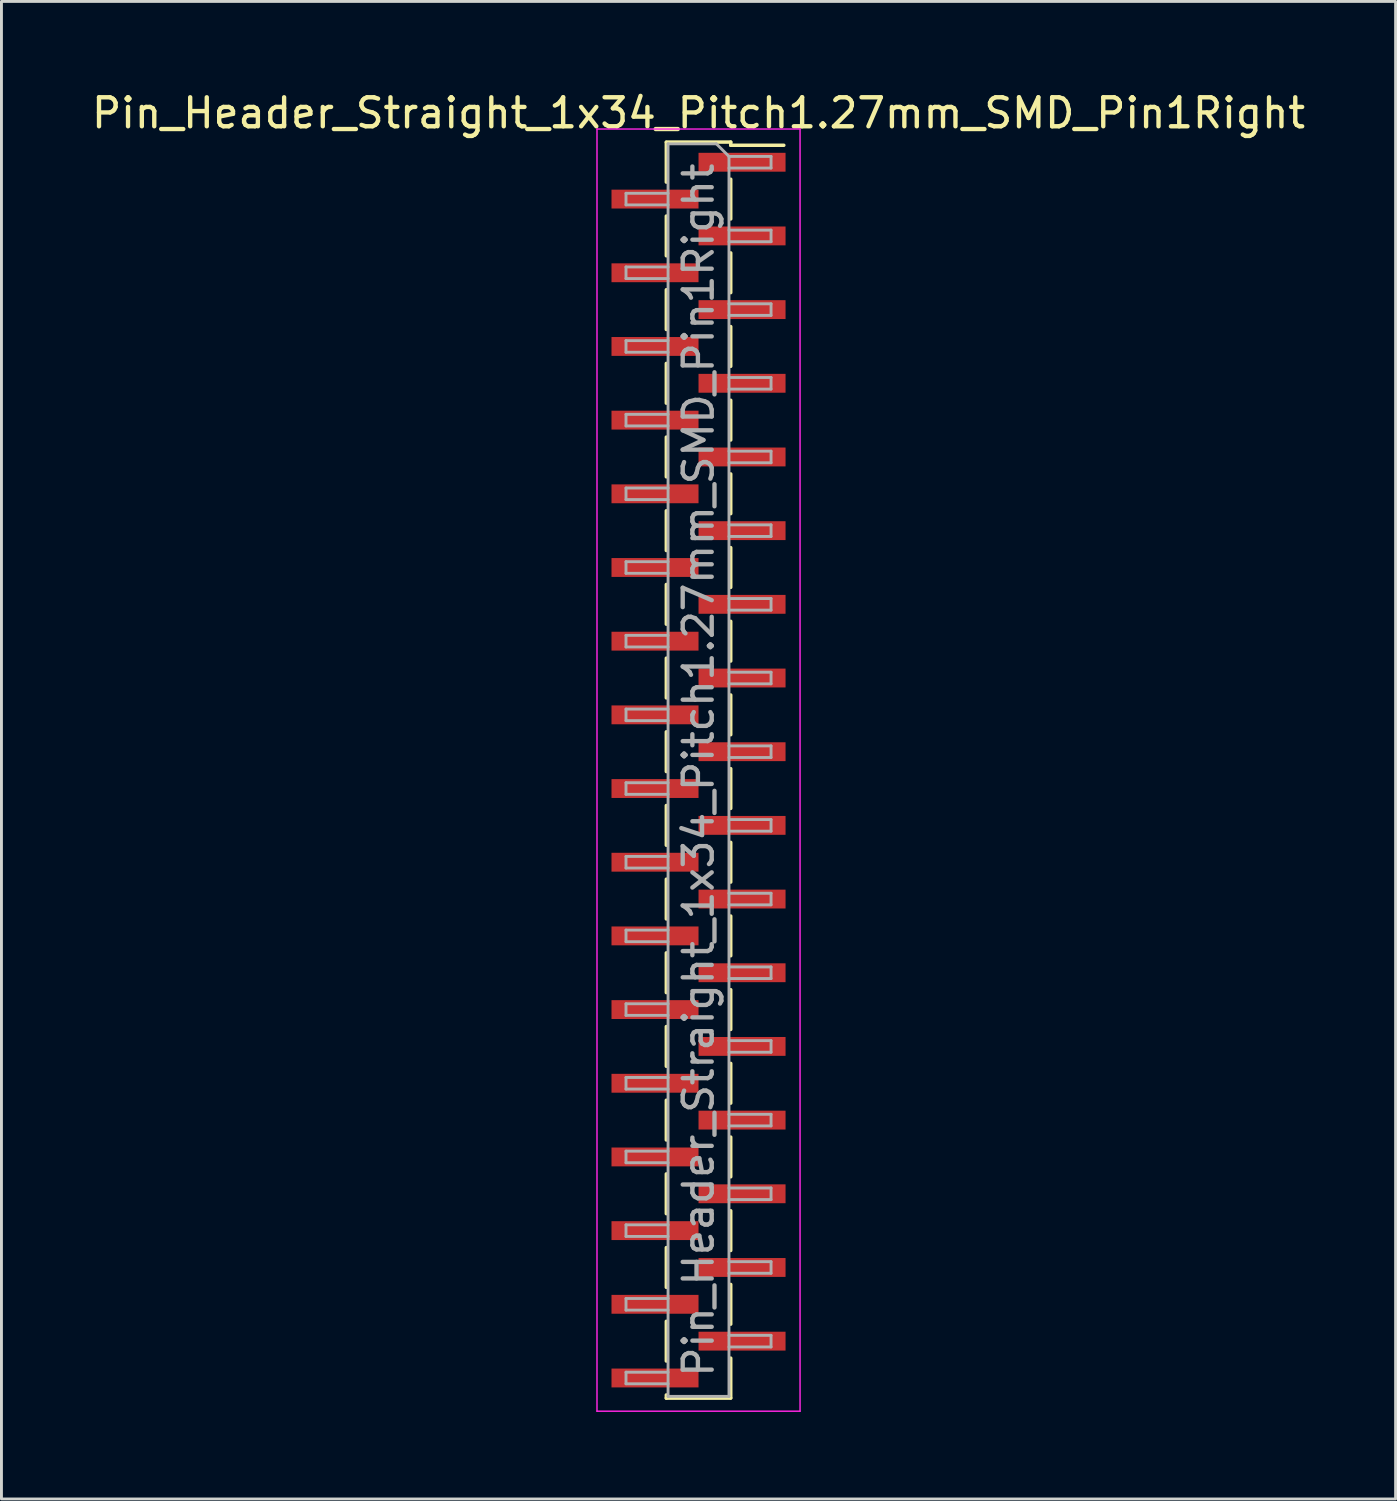
<source format=kicad_pcb>
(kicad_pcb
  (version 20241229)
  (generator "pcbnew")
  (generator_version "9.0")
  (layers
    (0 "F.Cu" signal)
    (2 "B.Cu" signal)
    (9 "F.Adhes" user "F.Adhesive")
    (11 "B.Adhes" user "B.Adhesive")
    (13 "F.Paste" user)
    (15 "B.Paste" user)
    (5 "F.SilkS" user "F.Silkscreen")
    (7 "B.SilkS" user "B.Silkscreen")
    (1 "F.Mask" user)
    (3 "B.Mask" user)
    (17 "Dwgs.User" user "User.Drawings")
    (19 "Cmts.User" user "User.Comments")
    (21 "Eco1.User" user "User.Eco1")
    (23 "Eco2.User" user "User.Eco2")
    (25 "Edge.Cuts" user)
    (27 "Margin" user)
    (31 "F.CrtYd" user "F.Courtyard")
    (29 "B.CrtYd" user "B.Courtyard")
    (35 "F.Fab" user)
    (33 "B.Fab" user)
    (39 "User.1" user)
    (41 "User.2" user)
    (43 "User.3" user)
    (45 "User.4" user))
  (footprint "Pin_Header_Straight_1x34_Pitch1.27mm_SMD_Pin1Right"
    (layer "F.Cu")
    (at 21.03 23.498)
    (property "Reference" "Pin_Header_Straight_1x34_Pitch1.27mm_SMD_Pin1Right" (at 0 -22.65 0) (layer "F.SilkS") (effects (font (size 1 1) (thickness 0.15))))
    (attr smd)
    (fp_line (start -1.11 -21.65) (end 1.11 -21.65) (stroke (width 0.12) (type solid)) (layer "F.SilkS"))
    (fp_line (start -1.11 -21.64) (end -1.11 -20.27) (stroke (width 0.12) (type solid)) (layer "F.SilkS"))
    (fp_line (start -1.11 -19.1) (end -1.11 -17.73) (stroke (width 0.12) (type solid)) (layer "F.SilkS"))
    (fp_line (start -1.11 -16.56) (end -1.11 -15.19) (stroke (width 0.12) (type solid)) (layer "F.SilkS"))
    (fp_line (start -1.11 -14.02) (end -1.11 -12.65) (stroke (width 0.12) (type solid)) (layer "F.SilkS"))
    (fp_line (start -1.11 -11.48) (end -1.11 -10.11) (stroke (width 0.12) (type solid)) (layer "F.SilkS"))
    (fp_line (start -1.11 -8.94) (end -1.11 -7.57) (stroke (width 0.12) (type solid)) (layer "F.SilkS"))
    (fp_line (start -1.11 -6.4) (end -1.11 -5.03) (stroke (width 0.12) (type solid)) (layer "F.SilkS"))
    (fp_line (start -1.11 -3.86) (end -1.11 -2.49) (stroke (width 0.12) (type solid)) (layer "F.SilkS"))
    (fp_line (start -1.11 -1.32) (end -1.11 0.05) (stroke (width 0.12) (type solid)) (layer "F.SilkS"))
    (fp_line (start -1.11 1.22) (end -1.11 2.59) (stroke (width 0.12) (type solid)) (layer "F.SilkS"))
    (fp_line (start -1.11 3.76) (end -1.11 5.13) (stroke (width 0.12) (type solid)) (layer "F.SilkS"))
    (fp_line (start -1.11 6.3) (end -1.11 7.67) (stroke (width 0.12) (type solid)) (layer "F.SilkS"))
    (fp_line (start -1.11 8.84) (end -1.11 10.21) (stroke (width 0.12) (type solid)) (layer "F.SilkS"))
    (fp_line (start -1.11 11.38) (end -1.11 12.75) (stroke (width 0.12) (type solid)) (layer "F.SilkS"))
    (fp_line (start -1.11 13.92) (end -1.11 15.29) (stroke (width 0.12) (type solid)) (layer "F.SilkS"))
    (fp_line (start -1.11 16.46) (end -1.11 17.83) (stroke (width 0.12) (type solid)) (layer "F.SilkS"))
    (fp_line (start -1.11 19) (end -1.11 20.37) (stroke (width 0.12) (type solid)) (layer "F.SilkS"))
    (fp_line (start -1.11 21.54) (end -1.11 21.65) (stroke (width 0.12) (type solid)) (layer "F.SilkS"))
    (fp_line (start -1.11 21.65) (end 1.11 21.65) (stroke (width 0.12) (type solid)) (layer "F.SilkS"))
    (fp_line (start 1.11 -21.65) (end 1.11 -21.54) (stroke (width 0.12) (type solid)) (layer "F.SilkS"))
    (fp_line (start 1.11 -21.54) (end 2.94 -21.54) (stroke (width 0.12) (type solid)) (layer "F.SilkS"))
    (fp_line (start 1.11 -20.37) (end 1.11 -19) (stroke (width 0.12) (type solid)) (layer "F.SilkS"))
    (fp_line (start 1.11 -17.83) (end 1.11 -16.46) (stroke (width 0.12) (type solid)) (layer "F.SilkS"))
    (fp_line (start 1.11 -15.29) (end 1.11 -13.92) (stroke (width 0.12) (type solid)) (layer "F.SilkS"))
    (fp_line (start 1.11 -12.75) (end 1.11 -11.38) (stroke (width 0.12) (type solid)) (layer "F.SilkS"))
    (fp_line (start 1.11 -10.21) (end 1.11 -8.84) (stroke (width 0.12) (type solid)) (layer "F.SilkS"))
    (fp_line (start 1.11 -7.67) (end 1.11 -6.3) (stroke (width 0.12) (type solid)) (layer "F.SilkS"))
    (fp_line (start 1.11 -5.13) (end 1.11 -3.76) (stroke (width 0.12) (type solid)) (layer "F.SilkS"))
    (fp_line (start 1.11 -2.59) (end 1.11 -1.22) (stroke (width 0.12) (type solid)) (layer "F.SilkS"))
    (fp_line (start 1.11 -0.05) (end 1.11 1.32) (stroke (width 0.12) (type solid)) (layer "F.SilkS"))
    (fp_line (start 1.11 2.49) (end 1.11 3.86) (stroke (width 0.12) (type solid)) (layer "F.SilkS"))
    (fp_line (start 1.11 5.03) (end 1.11 6.4) (stroke (width 0.12) (type solid)) (layer "F.SilkS"))
    (fp_line (start 1.11 7.57) (end 1.11 8.94) (stroke (width 0.12) (type solid)) (layer "F.SilkS"))
    (fp_line (start 1.11 10.11) (end 1.11 11.48) (stroke (width 0.12) (type solid)) (layer "F.SilkS"))
    (fp_line (start 1.11 12.65) (end 1.11 14.02) (stroke (width 0.12) (type solid)) (layer "F.SilkS"))
    (fp_line (start 1.11 15.19) (end 1.11 16.56) (stroke (width 0.12) (type solid)) (layer "F.SilkS"))
    (fp_line (start 1.11 17.73) (end 1.11 19.1) (stroke (width 0.12) (type solid)) (layer "F.SilkS"))
    (fp_line (start 1.11 20.27) (end 1.11 21.64) (stroke (width 0.12) (type solid)) (layer "F.SilkS"))
    (fp_line (start -3.5 -22.1) (end -3.5 22.1) (stroke (width 0.05) (type solid)) (layer "F.CrtYd"))
    (fp_line (start -3.5 22.1) (end 3.5 22.1) (stroke (width 0.05) (type solid)) (layer "F.CrtYd"))
    (fp_line (start 3.5 -22.1) (end -3.5 -22.1) (stroke (width 0.05) (type solid)) (layer "F.CrtYd"))
    (fp_line (start 3.5 22.1) (end 3.5 -22.1) (stroke (width 0.05) (type solid)) (layer "F.CrtYd"))
    (fp_line (start -2.5 -19.885) (end -2.5 -19.485) (stroke (width 0.1) (type solid)) (layer "F.Fab"))
    (fp_line (start -2.5 -19.485) (end -1.05 -19.485) (stroke (width 0.1) (type solid)) (layer "F.Fab"))
    (fp_line (start -2.5 -17.345) (end -2.5 -16.945) (stroke (width 0.1) (type solid)) (layer "F.Fab"))
    (fp_line (start -2.5 -16.945) (end -1.05 -16.945) (stroke (width 0.1) (type solid)) (layer "F.Fab"))
    (fp_line (start -2.5 -14.805) (end -2.5 -14.405) (stroke (width 0.1) (type solid)) (layer "F.Fab"))
    (fp_line (start -2.5 -14.405) (end -1.05 -14.405) (stroke (width 0.1) (type solid)) (layer "F.Fab"))
    (fp_line (start -2.5 -12.265) (end -2.5 -11.865) (stroke (width 0.1) (type solid)) (layer "F.Fab"))
    (fp_line (start -2.5 -11.865) (end -1.05 -11.865) (stroke (width 0.1) (type solid)) (layer "F.Fab"))
    (fp_line (start -2.5 -9.725) (end -2.5 -9.325) (stroke (width 0.1) (type solid)) (layer "F.Fab"))
    (fp_line (start -2.5 -9.325) (end -1.05 -9.325) (stroke (width 0.1) (type solid)) (layer "F.Fab"))
    (fp_line (start -2.5 -7.185) (end -2.5 -6.785) (stroke (width 0.1) (type solid)) (layer "F.Fab"))
    (fp_line (start -2.5 -6.785) (end -1.05 -6.785) (stroke (width 0.1) (type solid)) (layer "F.Fab"))
    (fp_line (start -2.5 -4.645) (end -2.5 -4.245) (stroke (width 0.1) (type solid)) (layer "F.Fab"))
    (fp_line (start -2.5 -4.245) (end -1.05 -4.245) (stroke (width 0.1) (type solid)) (layer "F.Fab"))
    (fp_line (start -2.5 -2.105) (end -2.5 -1.705) (stroke (width 0.1) (type solid)) (layer "F.Fab"))
    (fp_line (start -2.5 -1.705) (end -1.05 -1.705) (stroke (width 0.1) (type solid)) (layer "F.Fab"))
    (fp_line (start -2.5 0.435) (end -2.5 0.835) (stroke (width 0.1) (type solid)) (layer "F.Fab"))
    (fp_line (start -2.5 0.835) (end -1.05 0.835) (stroke (width 0.1) (type solid)) (layer "F.Fab"))
    (fp_line (start -2.5 2.975) (end -2.5 3.375) (stroke (width 0.1) (type solid)) (layer "F.Fab"))
    (fp_line (start -2.5 3.375) (end -1.05 3.375) (stroke (width 0.1) (type solid)) (layer "F.Fab"))
    (fp_line (start -2.5 5.515) (end -2.5 5.915) (stroke (width 0.1) (type solid)) (layer "F.Fab"))
    (fp_line (start -2.5 5.915) (end -1.05 5.915) (stroke (width 0.1) (type solid)) (layer "F.Fab"))
    (fp_line (start -2.5 8.055) (end -2.5 8.455) (stroke (width 0.1) (type solid)) (layer "F.Fab"))
    (fp_line (start -2.5 8.455) (end -1.05 8.455) (stroke (width 0.1) (type solid)) (layer "F.Fab"))
    (fp_line (start -2.5 10.595) (end -2.5 10.995) (stroke (width 0.1) (type solid)) (layer "F.Fab"))
    (fp_line (start -2.5 10.995) (end -1.05 10.995) (stroke (width 0.1) (type solid)) (layer "F.Fab"))
    (fp_line (start -2.5 13.135) (end -2.5 13.535) (stroke (width 0.1) (type solid)) (layer "F.Fab"))
    (fp_line (start -2.5 13.535) (end -1.05 13.535) (stroke (width 0.1) (type solid)) (layer "F.Fab"))
    (fp_line (start -2.5 15.675) (end -2.5 16.075) (stroke (width 0.1) (type solid)) (layer "F.Fab"))
    (fp_line (start -2.5 16.075) (end -1.05 16.075) (stroke (width 0.1) (type solid)) (layer "F.Fab"))
    (fp_line (start -2.5 18.215) (end -2.5 18.615) (stroke (width 0.1) (type solid)) (layer "F.Fab"))
    (fp_line (start -2.5 18.615) (end -1.05 18.615) (stroke (width 0.1) (type solid)) (layer "F.Fab"))
    (fp_line (start -2.5 20.755) (end -2.5 21.155) (stroke (width 0.1) (type solid)) (layer "F.Fab"))
    (fp_line (start -2.5 21.155) (end -1.05 21.155) (stroke (width 0.1) (type solid)) (layer "F.Fab"))
    (fp_line (start -1.05 -21.59) (end -1.05 21.59) (stroke (width 0.1) (type solid)) (layer "F.Fab"))
    (fp_line (start -1.05 -21.59) (end 0.615 -21.59) (stroke (width 0.1) (type solid)) (layer "F.Fab"))
    (fp_line (start -1.05 -19.885) (end -2.5 -19.885) (stroke (width 0.1) (type solid)) (layer "F.Fab"))
    (fp_line (start -1.05 -17.345) (end -2.5 -17.345) (stroke (width 0.1) (type solid)) (layer "F.Fab"))
    (fp_line (start -1.05 -14.805) (end -2.5 -14.805) (stroke (width 0.1) (type solid)) (layer "F.Fab"))
    (fp_line (start -1.05 -12.265) (end -2.5 -12.265) (stroke (width 0.1) (type solid)) (layer "F.Fab"))
    (fp_line (start -1.05 -9.725) (end -2.5 -9.725) (stroke (width 0.1) (type solid)) (layer "F.Fab"))
    (fp_line (start -1.05 -7.185) (end -2.5 -7.185) (stroke (width 0.1) (type solid)) (layer "F.Fab"))
    (fp_line (start -1.05 -4.645) (end -2.5 -4.645) (stroke (width 0.1) (type solid)) (layer "F.Fab"))
    (fp_line (start -1.05 -2.105) (end -2.5 -2.105) (stroke (width 0.1) (type solid)) (layer "F.Fab"))
    (fp_line (start -1.05 0.435) (end -2.5 0.435) (stroke (width 0.1) (type solid)) (layer "F.Fab"))
    (fp_line (start -1.05 2.975) (end -2.5 2.975) (stroke (width 0.1) (type solid)) (layer "F.Fab"))
    (fp_line (start -1.05 5.515) (end -2.5 5.515) (stroke (width 0.1) (type solid)) (layer "F.Fab"))
    (fp_line (start -1.05 8.055) (end -2.5 8.055) (stroke (width 0.1) (type solid)) (layer "F.Fab"))
    (fp_line (start -1.05 10.595) (end -2.5 10.595) (stroke (width 0.1) (type solid)) (layer "F.Fab"))
    (fp_line (start -1.05 13.135) (end -2.5 13.135) (stroke (width 0.1) (type solid)) (layer "F.Fab"))
    (fp_line (start -1.05 15.675) (end -2.5 15.675) (stroke (width 0.1) (type solid)) (layer "F.Fab"))
    (fp_line (start -1.05 18.215) (end -2.5 18.215) (stroke (width 0.1) (type solid)) (layer "F.Fab"))
    (fp_line (start -1.05 20.755) (end -2.5 20.755) (stroke (width 0.1) (type solid)) (layer "F.Fab"))
    (fp_line (start 1.05 -21.155) (end 0.615 -21.59) (stroke (width 0.1) (type solid)) (layer "F.Fab"))
    (fp_line (start 1.05 -21.155) (end 2.5 -21.155) (stroke (width 0.1) (type solid)) (layer "F.Fab"))
    (fp_line (start 1.05 -18.615) (end 2.5 -18.615) (stroke (width 0.1) (type solid)) (layer "F.Fab"))
    (fp_line (start 1.05 -16.075) (end 2.5 -16.075) (stroke (width 0.1) (type solid)) (layer "F.Fab"))
    (fp_line (start 1.05 -13.535) (end 2.5 -13.535) (stroke (width 0.1) (type solid)) (layer "F.Fab"))
    (fp_line (start 1.05 -10.995) (end 2.5 -10.995) (stroke (width 0.1) (type solid)) (layer "F.Fab"))
    (fp_line (start 1.05 -8.455) (end 2.5 -8.455) (stroke (width 0.1) (type solid)) (layer "F.Fab"))
    (fp_line (start 1.05 -5.915) (end 2.5 -5.915) (stroke (width 0.1) (type solid)) (layer "F.Fab"))
    (fp_line (start 1.05 -3.375) (end 2.5 -3.375) (stroke (width 0.1) (type solid)) (layer "F.Fab"))
    (fp_line (start 1.05 -0.835) (end 2.5 -0.835) (stroke (width 0.1) (type solid)) (layer "F.Fab"))
    (fp_line (start 1.05 1.705) (end 2.5 1.705) (stroke (width 0.1) (type solid)) (layer "F.Fab"))
    (fp_line (start 1.05 4.245) (end 2.5 4.245) (stroke (width 0.1) (type solid)) (layer "F.Fab"))
    (fp_line (start 1.05 6.785) (end 2.5 6.785) (stroke (width 0.1) (type solid)) (layer "F.Fab"))
    (fp_line (start 1.05 9.325) (end 2.5 9.325) (stroke (width 0.1) (type solid)) (layer "F.Fab"))
    (fp_line (start 1.05 11.865) (end 2.5 11.865) (stroke (width 0.1) (type solid)) (layer "F.Fab"))
    (fp_line (start 1.05 14.405) (end 2.5 14.405) (stroke (width 0.1) (type solid)) (layer "F.Fab"))
    (fp_line (start 1.05 16.945) (end 2.5 16.945) (stroke (width 0.1) (type solid)) (layer "F.Fab"))
    (fp_line (start 1.05 19.485) (end 2.5 19.485) (stroke (width 0.1) (type solid)) (layer "F.Fab"))
    (fp_line (start 1.05 21.59) (end -1.05 21.59) (stroke (width 0.1) (type solid)) (layer "F.Fab"))
    (fp_line (start 1.05 21.59) (end 1.05 -21.155) (stroke (width 0.1) (type solid)) (layer "F.Fab"))
    (fp_line (start 2.5 -21.155) (end 2.5 -20.755) (stroke (width 0.1) (type solid)) (layer "F.Fab"))
    (fp_line (start 2.5 -20.755) (end 1.05 -20.755) (stroke (width 0.1) (type solid)) (layer "F.Fab"))
    (fp_line (start 2.5 -18.615) (end 2.5 -18.215) (stroke (width 0.1) (type solid)) (layer "F.Fab"))
    (fp_line (start 2.5 -18.215) (end 1.05 -18.215) (stroke (width 0.1) (type solid)) (layer "F.Fab"))
    (fp_line (start 2.5 -16.075) (end 2.5 -15.675) (stroke (width 0.1) (type solid)) (layer "F.Fab"))
    (fp_line (start 2.5 -15.675) (end 1.05 -15.675) (stroke (width 0.1) (type solid)) (layer "F.Fab"))
    (fp_line (start 2.5 -13.535) (end 2.5 -13.135) (stroke (width 0.1) (type solid)) (layer "F.Fab"))
    (fp_line (start 2.5 -13.135) (end 1.05 -13.135) (stroke (width 0.1) (type solid)) (layer "F.Fab"))
    (fp_line (start 2.5 -10.995) (end 2.5 -10.595) (stroke (width 0.1) (type solid)) (layer "F.Fab"))
    (fp_line (start 2.5 -10.595) (end 1.05 -10.595) (stroke (width 0.1) (type solid)) (layer "F.Fab"))
    (fp_line (start 2.5 -8.455) (end 2.5 -8.055) (stroke (width 0.1) (type solid)) (layer "F.Fab"))
    (fp_line (start 2.5 -8.055) (end 1.05 -8.055) (stroke (width 0.1) (type solid)) (layer "F.Fab"))
    (fp_line (start 2.5 -5.915) (end 2.5 -5.515) (stroke (width 0.1) (type solid)) (layer "F.Fab"))
    (fp_line (start 2.5 -5.515) (end 1.05 -5.515) (stroke (width 0.1) (type solid)) (layer "F.Fab"))
    (fp_line (start 2.5 -3.375) (end 2.5 -2.975) (stroke (width 0.1) (type solid)) (layer "F.Fab"))
    (fp_line (start 2.5 -2.975) (end 1.05 -2.975) (stroke (width 0.1) (type solid)) (layer "F.Fab"))
    (fp_line (start 2.5 -0.835) (end 2.5 -0.435) (stroke (width 0.1) (type solid)) (layer "F.Fab"))
    (fp_line (start 2.5 -0.435) (end 1.05 -0.435) (stroke (width 0.1) (type solid)) (layer "F.Fab"))
    (fp_line (start 2.5 1.705) (end 2.5 2.105) (stroke (width 0.1) (type solid)) (layer "F.Fab"))
    (fp_line (start 2.5 2.105) (end 1.05 2.105) (stroke (width 0.1) (type solid)) (layer "F.Fab"))
    (fp_line (start 2.5 4.245) (end 2.5 4.645) (stroke (width 0.1) (type solid)) (layer "F.Fab"))
    (fp_line (start 2.5 4.645) (end 1.05 4.645) (stroke (width 0.1) (type solid)) (layer "F.Fab"))
    (fp_line (start 2.5 6.785) (end 2.5 7.185) (stroke (width 0.1) (type solid)) (layer "F.Fab"))
    (fp_line (start 2.5 7.185) (end 1.05 7.185) (stroke (width 0.1) (type solid)) (layer "F.Fab"))
    (fp_line (start 2.5 9.325) (end 2.5 9.725) (stroke (width 0.1) (type solid)) (layer "F.Fab"))
    (fp_line (start 2.5 9.725) (end 1.05 9.725) (stroke (width 0.1) (type solid)) (layer "F.Fab"))
    (fp_line (start 2.5 11.865) (end 2.5 12.265) (stroke (width 0.1) (type solid)) (layer "F.Fab"))
    (fp_line (start 2.5 12.265) (end 1.05 12.265) (stroke (width 0.1) (type solid)) (layer "F.Fab"))
    (fp_line (start 2.5 14.405) (end 2.5 14.805) (stroke (width 0.1) (type solid)) (layer "F.Fab"))
    (fp_line (start 2.5 14.805) (end 1.05 14.805) (stroke (width 0.1) (type solid)) (layer "F.Fab"))
    (fp_line (start 2.5 16.945) (end 2.5 17.345) (stroke (width 0.1) (type solid)) (layer "F.Fab"))
    (fp_line (start 2.5 17.345) (end 1.05 17.345) (stroke (width 0.1) (type solid)) (layer "F.Fab"))
    (fp_line (start 2.5 19.485) (end 2.5 19.885) (stroke (width 0.1) (type solid)) (layer "F.Fab"))
    (fp_line (start 2.5 19.885) (end 1.05 19.885) (stroke (width 0.1) (type solid)) (layer "F.Fab"))
    (fp_text user "${REFERENCE}" (at 0 0 90) (layer "F.Fab") (effects (font (size 1 1) (thickness 0.15))))
    (pad "1" smd rect (at 1.5 -20.955) (size 3 0.65) (layers "F.Cu" "F.Mask" "F.Paste"))
    (pad "2" smd rect (at -1.5 -19.685) (size 3 0.65) (layers "F.Cu" "F.Mask" "F.Paste"))
    (pad "3" smd rect (at 1.5 -18.415) (size 3 0.65) (layers "F.Cu" "F.Mask" "F.Paste"))
    (pad "4" smd rect (at -1.5 -17.145) (size 3 0.65) (layers "F.Cu" "F.Mask" "F.Paste"))
    (pad "5" smd rect (at 1.5 -15.875) (size 3 0.65) (layers "F.Cu" "F.Mask" "F.Paste"))
    (pad "6" smd rect (at -1.5 -14.605) (size 3 0.65) (layers "F.Cu" "F.Mask" "F.Paste"))
    (pad "7" smd rect (at 1.5 -13.335) (size 3 0.65) (layers "F.Cu" "F.Mask" "F.Paste"))
    (pad "8" smd rect (at -1.5 -12.065) (size 3 0.65) (layers "F.Cu" "F.Mask" "F.Paste"))
    (pad "9" smd rect (at 1.5 -10.795) (size 3 0.65) (layers "F.Cu" "F.Mask" "F.Paste"))
    (pad "10" smd rect (at -1.5 -9.525) (size 3 0.65) (layers "F.Cu" "F.Mask" "F.Paste"))
    (pad "11" smd rect (at 1.5 -8.255) (size 3 0.65) (layers "F.Cu" "F.Mask" "F.Paste"))
    (pad "12" smd rect (at -1.5 -6.985) (size 3 0.65) (layers "F.Cu" "F.Mask" "F.Paste"))
    (pad "13" smd rect (at 1.5 -5.715) (size 3 0.65) (layers "F.Cu" "F.Mask" "F.Paste"))
    (pad "14" smd rect (at -1.5 -4.445) (size 3 0.65) (layers "F.Cu" "F.Mask" "F.Paste"))
    (pad "15" smd rect (at 1.5 -3.175) (size 3 0.65) (layers "F.Cu" "F.Mask" "F.Paste"))
    (pad "16" smd rect (at -1.5 -1.905) (size 3 0.65) (layers "F.Cu" "F.Mask" "F.Paste"))
    (pad "17" smd rect (at 1.5 -0.635) (size 3 0.65) (layers "F.Cu" "F.Mask" "F.Paste"))
    (pad "18" smd rect (at -1.5 0.635) (size 3 0.65) (layers "F.Cu" "F.Mask" "F.Paste"))
    (pad "19" smd rect (at 1.5 1.905) (size 3 0.65) (layers "F.Cu" "F.Mask" "F.Paste"))
    (pad "20" smd rect (at -1.5 3.175) (size 3 0.65) (layers "F.Cu" "F.Mask" "F.Paste"))
    (pad "21" smd rect (at 1.5 4.445) (size 3 0.65) (layers "F.Cu" "F.Mask" "F.Paste"))
    (pad "22" smd rect (at -1.5 5.715) (size 3 0.65) (layers "F.Cu" "F.Mask" "F.Paste"))
    (pad "23" smd rect (at 1.5 6.985) (size 3 0.65) (layers "F.Cu" "F.Mask" "F.Paste"))
    (pad "24" smd rect (at -1.5 8.255) (size 3 0.65) (layers "F.Cu" "F.Mask" "F.Paste"))
    (pad "25" smd rect (at 1.5 9.525) (size 3 0.65) (layers "F.Cu" "F.Mask" "F.Paste"))
    (pad "26" smd rect (at -1.5 10.795) (size 3 0.65) (layers "F.Cu" "F.Mask" "F.Paste"))
    (pad "27" smd rect (at 1.5 12.065) (size 3 0.65) (layers "F.Cu" "F.Mask" "F.Paste"))
    (pad "28" smd rect (at -1.5 13.335) (size 3 0.65) (layers "F.Cu" "F.Mask" "F.Paste"))
    (pad "29" smd rect (at 1.5 14.605) (size 3 0.65) (layers "F.Cu" "F.Mask" "F.Paste"))
    (pad "30" smd rect (at -1.5 15.875) (size 3 0.65) (layers "F.Cu" "F.Mask" "F.Paste"))
    (pad "31" smd rect (at 1.5 17.145) (size 3 0.65) (layers "F.Cu" "F.Mask" "F.Paste"))
    (pad "32" smd rect (at -1.5 18.415) (size 3 0.65) (layers "F.Cu" "F.Mask" "F.Paste"))
    (pad "33" smd rect (at 1.5 19.685) (size 3 0.65) (layers "F.Cu" "F.Mask" "F.Paste"))
    (pad "34" smd rect (at -1.5 20.955) (size 3 0.65) (layers "F.Cu" "F.Mask" "F.Paste")))
  (gr_rect
    (start -3 -3)
    (end 45.06 48.623)
    (stroke (width 0.1) (type default))
    (fill no)
    (layer "Edge.Cuts")))
</source>
